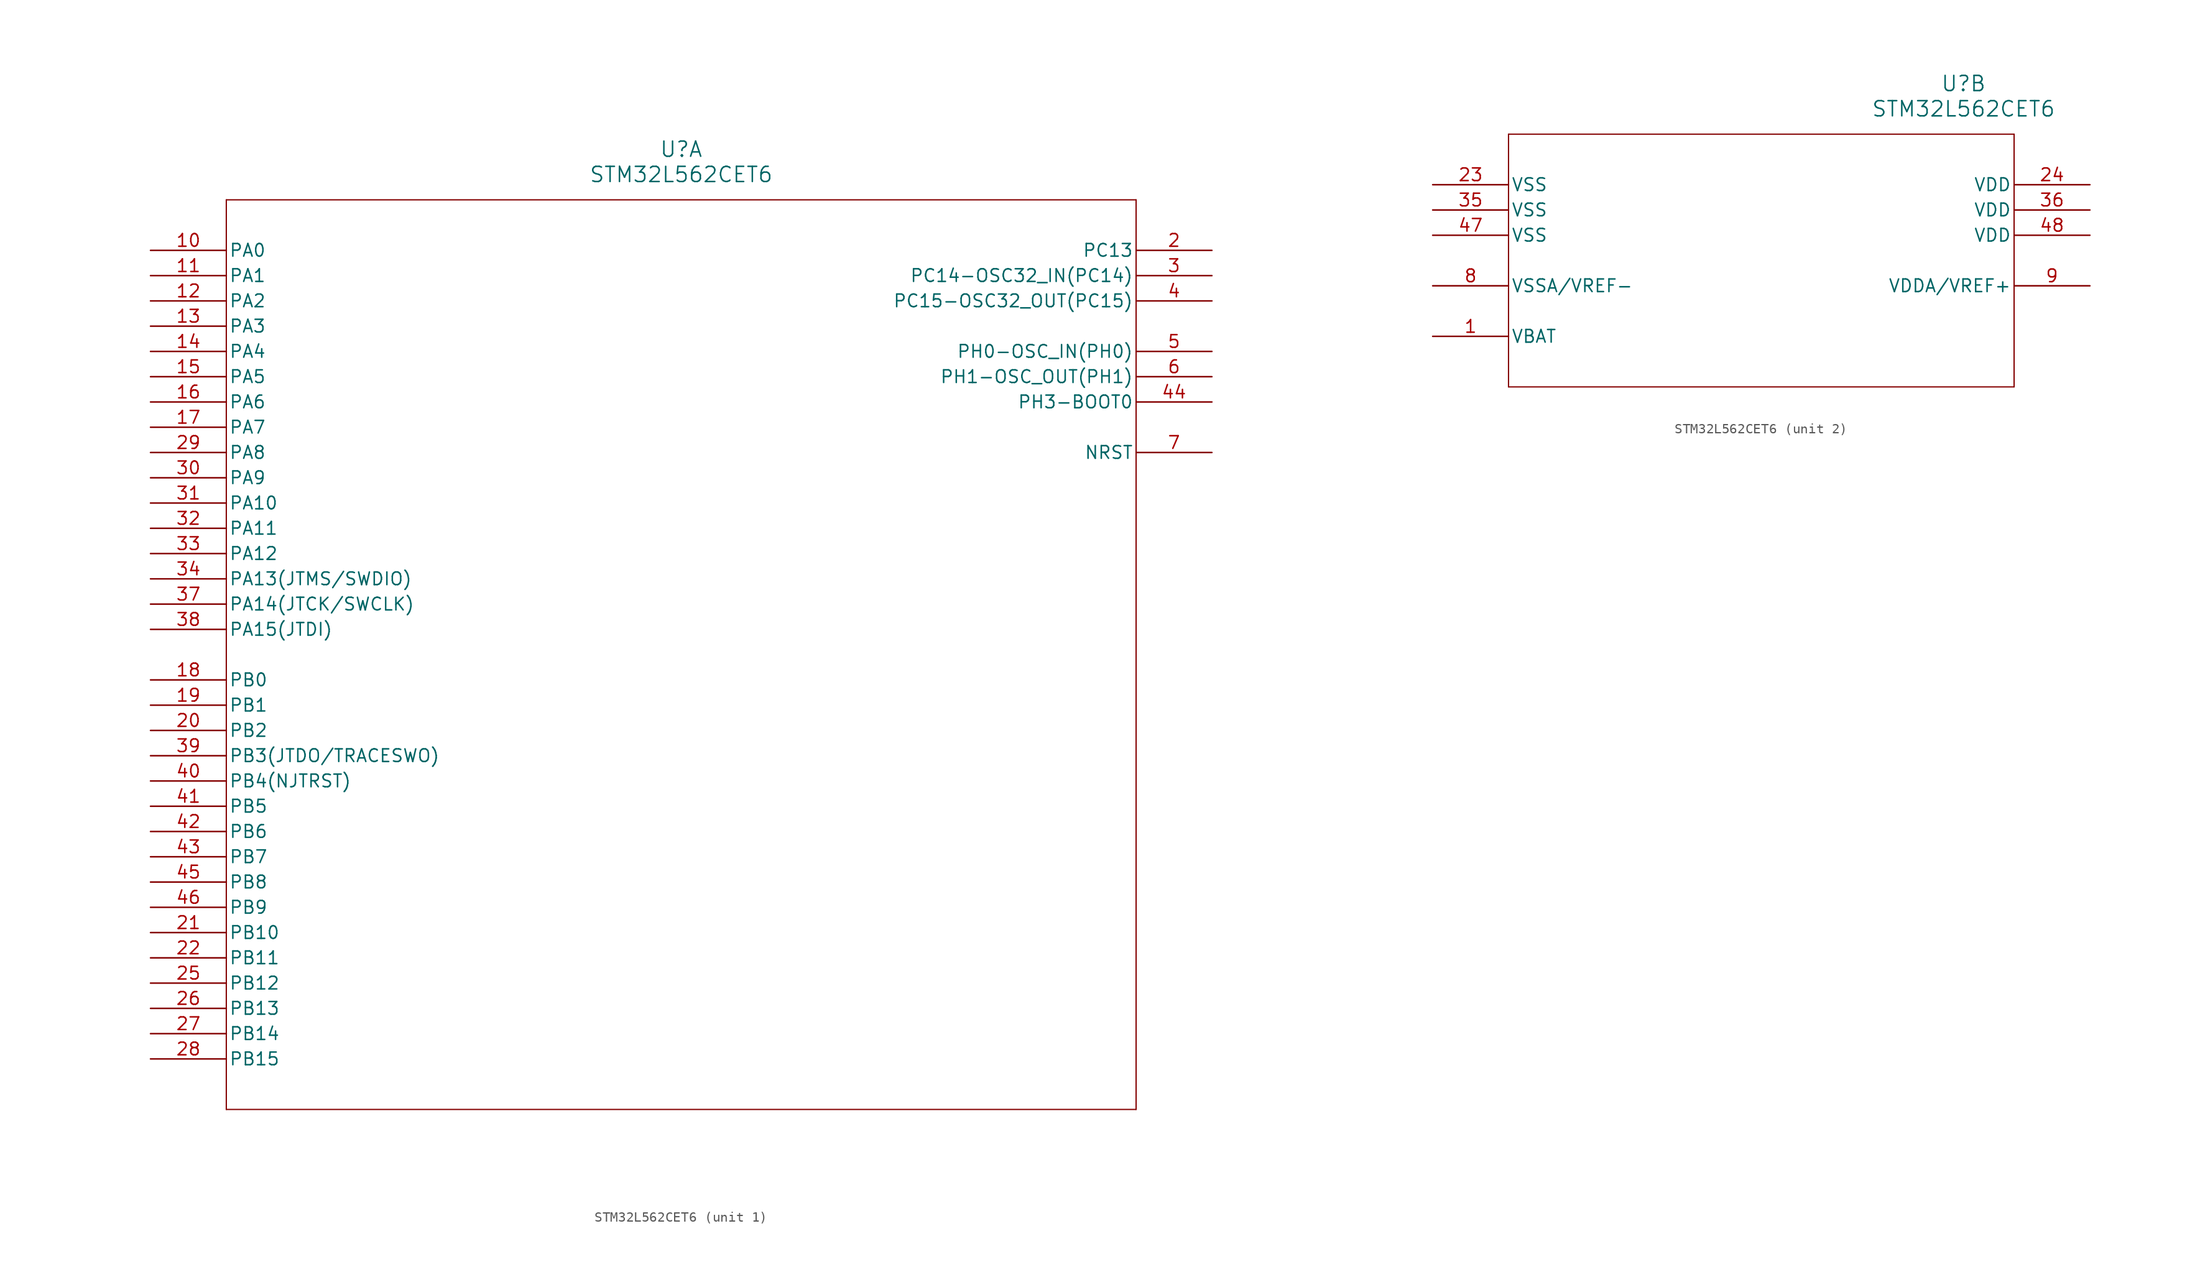
<source format=kicad_sym>
(kicad_symbol_lib
  (version 20211014)
  (generator kicad_symbol_editor)
  (symbol "STM32L562CET6"
    (pin_names
      (offset 0.254))
    (property "Reference" "U"
      (at 53.34 10.16 0)
      (effects (font (size 1.524 1.524))))
    (property "Value" "STM32L562CET6"
      (at 53.34 7.62 0)
      (effects (font (size 1.524 1.524))))
    (symbol "STM32L562CET6_1_1"
      (polyline (pts (xy 7.62 5.08) (xy 7.62 -86.36)) (stroke (width 0.127) (type default) (color 0 0 0 0)) (fill (type none)))
      (polyline (pts (xy 7.62 -86.36) (xy 99.06 -86.36)) (stroke (width 0.127) (type default) (color 0 0 0 0)) (fill (type none)))
      (polyline (pts (xy 99.06 -86.36) (xy 99.06 5.08)) (stroke (width 0.127) (type default) (color 0 0 0 0)) (fill (type none)))
      (polyline (pts (xy 99.06 5.08) (xy 7.62 5.08)) (stroke (width 0.127) (type default) (color 0 0 0 0)) (fill (type none)))
      (pin bidirectional line (at 106.68 0 180) (length 7.62) (name "PC13" (effects (font (size 1.27 1.27)))) (number "2" (effects (font (size 1.27 1.27)))))
      (pin bidirectional line (at 106.68 -2.54 180) (length 7.62) (name "PC14-OSC32_IN(PC14)" (effects (font (size 1.27 1.27)))) (number "3" (effects (font (size 1.27 1.27)))))
      (pin bidirectional line (at 106.68 -5.08 180) (length 7.62) (name "PC15-OSC32_OUT(PC15)" (effects (font (size 1.27 1.27)))) (number "4" (effects (font (size 1.27 1.27)))))
      (pin bidirectional line (at 106.68 -10.16 180) (length 7.62) (name "PH0-OSC_IN(PH0)" (effects (font (size 1.27 1.27)))) (number "5" (effects (font (size 1.27 1.27)))))
      (pin bidirectional line (at 106.68 -12.7 180) (length 7.62) (name "PH1-OSC_OUT(PH1)" (effects (font (size 1.27 1.27)))) (number "6" (effects (font (size 1.27 1.27)))))
      (pin bidirectional line (at 106.68 -20.32 180) (length 7.62) (name "NRST" (effects (font (size 1.27 1.27)))) (number "7" (effects (font (size 1.27 1.27)))))
      (pin bidirectional line (at 0 0 0) (length 7.62) (name "PA0" (effects (font (size 1.27 1.27)))) (number "10" (effects (font (size 1.27 1.27)))))
      (pin bidirectional line (at 0 -2.54 0) (length 7.62) (name "PA1" (effects (font (size 1.27 1.27)))) (number "11" (effects (font (size 1.27 1.27)))))
      (pin bidirectional line (at 0 -5.08 0) (length 7.62) (name "PA2" (effects (font (size 1.27 1.27)))) (number "12" (effects (font (size 1.27 1.27)))))
      (pin bidirectional line (at 0 -7.62 0) (length 7.62) (name "PA3" (effects (font (size 1.27 1.27)))) (number "13" (effects (font (size 1.27 1.27)))))
      (pin bidirectional line (at 0 -10.16 0) (length 7.62) (name "PA4" (effects (font (size 1.27 1.27)))) (number "14" (effects (font (size 1.27 1.27)))))
      (pin bidirectional line (at 0 -12.7 0) (length 7.62) (name "PA5" (effects (font (size 1.27 1.27)))) (number "15" (effects (font (size 1.27 1.27)))))
      (pin bidirectional line (at 0 -15.24 0) (length 7.62) (name "PA6" (effects (font (size 1.27 1.27)))) (number "16" (effects (font (size 1.27 1.27)))))
      (pin bidirectional line (at 0 -17.78 0) (length 7.62) (name "PA7" (effects (font (size 1.27 1.27)))) (number "17" (effects (font (size 1.27 1.27)))))
      (pin bidirectional line (at 0 -43.18 0) (length 7.62) (name "PB0" (effects (font (size 1.27 1.27)))) (number "18" (effects (font (size 1.27 1.27)))))
      (pin bidirectional line (at 0 -45.72 0) (length 7.62) (name "PB1" (effects (font (size 1.27 1.27)))) (number "19" (effects (font (size 1.27 1.27)))))
      (pin bidirectional line (at 0 -48.26 0) (length 7.62) (name "PB2" (effects (font (size 1.27 1.27)))) (number "20" (effects (font (size 1.27 1.27)))))
      (pin bidirectional line (at 0 -68.58 0) (length 7.62) (name "PB10" (effects (font (size 1.27 1.27)))) (number "21" (effects (font (size 1.27 1.27)))))
      (pin bidirectional line (at 0 -71.12 0) (length 7.62) (name "PB11" (effects (font (size 1.27 1.27)))) (number "22" (effects (font (size 1.27 1.27)))))
      (pin bidirectional line (at 0 -73.66 0) (length 7.62) (name "PB12" (effects (font (size 1.27 1.27)))) (number "25" (effects (font (size 1.27 1.27)))))
      (pin bidirectional line (at 0 -76.2 0) (length 7.62) (name "PB13" (effects (font (size 1.27 1.27)))) (number "26" (effects (font (size 1.27 1.27)))))
      (pin bidirectional line (at 0 -78.74 0) (length 7.62) (name "PB14" (effects (font (size 1.27 1.27)))) (number "27" (effects (font (size 1.27 1.27)))))
      (pin bidirectional line (at 0 -81.28 0) (length 7.62) (name "PB15" (effects (font (size 1.27 1.27)))) (number "28" (effects (font (size 1.27 1.27)))))
      (pin bidirectional line (at 0 -20.32 0) (length 7.62) (name "PA8" (effects (font (size 1.27 1.27)))) (number "29" (effects (font (size 1.27 1.27)))))
      (pin bidirectional line (at 0 -22.86 0) (length 7.62) (name "PA9" (effects (font (size 1.27 1.27)))) (number "30" (effects (font (size 1.27 1.27)))))
      (pin bidirectional line (at 0 -25.4 0) (length 7.62) (name "PA10" (effects (font (size 1.27 1.27)))) (number "31" (effects (font (size 1.27 1.27)))))
      (pin bidirectional line (at 0 -27.94 0) (length 7.62) (name "PA11" (effects (font (size 1.27 1.27)))) (number "32" (effects (font (size 1.27 1.27)))))
      (pin bidirectional line (at 0 -30.48 0) (length 7.62) (name "PA12" (effects (font (size 1.27 1.27)))) (number "33" (effects (font (size 1.27 1.27)))))
      (pin bidirectional line (at 0 -33.02 0) (length 7.62) (name "PA13(JTMS/SWDIO)" (effects (font (size 1.27 1.27)))) (number "34" (effects (font (size 1.27 1.27)))))
      (pin bidirectional line (at 0 -35.56 0) (length 7.62) (name "PA14(JTCK/SWCLK)" (effects (font (size 1.27 1.27)))) (number "37" (effects (font (size 1.27 1.27)))))
      (pin bidirectional line (at 0 -38.1 0) (length 7.62) (name "PA15(JTDI)" (effects (font (size 1.27 1.27)))) (number "38" (effects (font (size 1.27 1.27)))))
      (pin bidirectional line (at 0 -50.8 0) (length 7.62) (name "PB3(JTDO/TRACESWO)" (effects (font (size 1.27 1.27)))) (number "39" (effects (font (size 1.27 1.27)))))
      (pin bidirectional line (at 0 -53.34 0) (length 7.62) (name "PB4(NJTRST)" (effects (font (size 1.27 1.27)))) (number "40" (effects (font (size 1.27 1.27)))))
      (pin bidirectional line (at 0 -55.88 0) (length 7.62) (name "PB5" (effects (font (size 1.27 1.27)))) (number "41" (effects (font (size 1.27 1.27)))))
      (pin bidirectional line (at 0 -58.42 0) (length 7.62) (name "PB6" (effects (font (size 1.27 1.27)))) (number "42" (effects (font (size 1.27 1.27)))))
      (pin bidirectional line (at 0 -60.96 0) (length 7.62) (name "PB7" (effects (font (size 1.27 1.27)))) (number "43" (effects (font (size 1.27 1.27)))))
      (pin bidirectional line (at 106.68 -15.24 180) (length 7.62) (name "PH3-BOOT0" (effects (font (size 1.27 1.27)))) (number "44" (effects (font (size 1.27 1.27)))))
      (pin bidirectional line (at 0 -63.5 0) (length 7.62) (name "PB8" (effects (font (size 1.27 1.27)))) (number "45" (effects (font (size 1.27 1.27)))))
      (pin bidirectional line (at 0 -66.04 0) (length 7.62) (name "PB9" (effects (font (size 1.27 1.27)))) (number "46" (effects (font (size 1.27 1.27))))))
    (symbol "STM32L562CET6_2_1"
      (polyline (pts (xy 7.62 5.08) (xy 7.62 -20.32)) (stroke (width 0.127) (type default) (color 0 0 0 0)) (fill (type none)))
      (polyline (pts (xy 7.62 -20.32) (xy 58.42 -20.32)) (stroke (width 0.127) (type default) (color 0 0 0 0)) (fill (type none)))
      (polyline (pts (xy 58.42 -20.32) (xy 58.42 5.08)) (stroke (width 0.127) (type default) (color 0 0 0 0)) (fill (type none)))
      (polyline (pts (xy 58.42 5.08) (xy 7.62 5.08)) (stroke (width 0.127) (type default) (color 0 0 0 0)) (fill (type none)))
      (pin power_in line (at 0 -15.24 0) (length 7.62) (name "VBAT" (effects (font (size 1.27 1.27)))) (number "1" (effects (font (size 1.27 1.27)))))
      (pin power_in line (at 0 -10.16 0) (length 7.62) (name "VSSA/VREF-" (effects (font (size 1.27 1.27)))) (number "8" (effects (font (size 1.27 1.27)))))
      (pin power_in line (at 66.04 -10.16 180) (length 7.62) (name "VDDA/VREF+" (effects (font (size 1.27 1.27)))) (number "9" (effects (font (size 1.27 1.27)))))
      (pin power_in line (at 0 0 0) (length 7.62) (name "VSS" (effects (font (size 1.27 1.27)))) (number "23" (effects (font (size 1.27 1.27)))))
      (pin power_in line (at 66.04 0 180) (length 7.62) (name "VDD" (effects (font (size 1.27 1.27)))) (number "24" (effects (font (size 1.27 1.27)))))
      (pin power_in line (at 0 -2.54 0) (length 7.62) (name "VSS" (effects (font (size 1.27 1.27)))) (number "35" (effects (font (size 1.27 1.27)))))
      (pin power_in line (at 66.04 -2.54 180) (length 7.62) (name "VDD" (effects (font (size 1.27 1.27)))) (number "36" (effects (font (size 1.27 1.27)))))
      (pin power_in line (at 0 -5.08 0) (length 7.62) (name "VSS" (effects (font (size 1.27 1.27)))) (number "47" (effects (font (size 1.27 1.27)))))
      (pin power_in line (at 66.04 -5.08 180) (length 7.62) (name "VDD" (effects (font (size 1.27 1.27)))) (number "48" (effects (font (size 1.27 1.27))))))))
</source>
